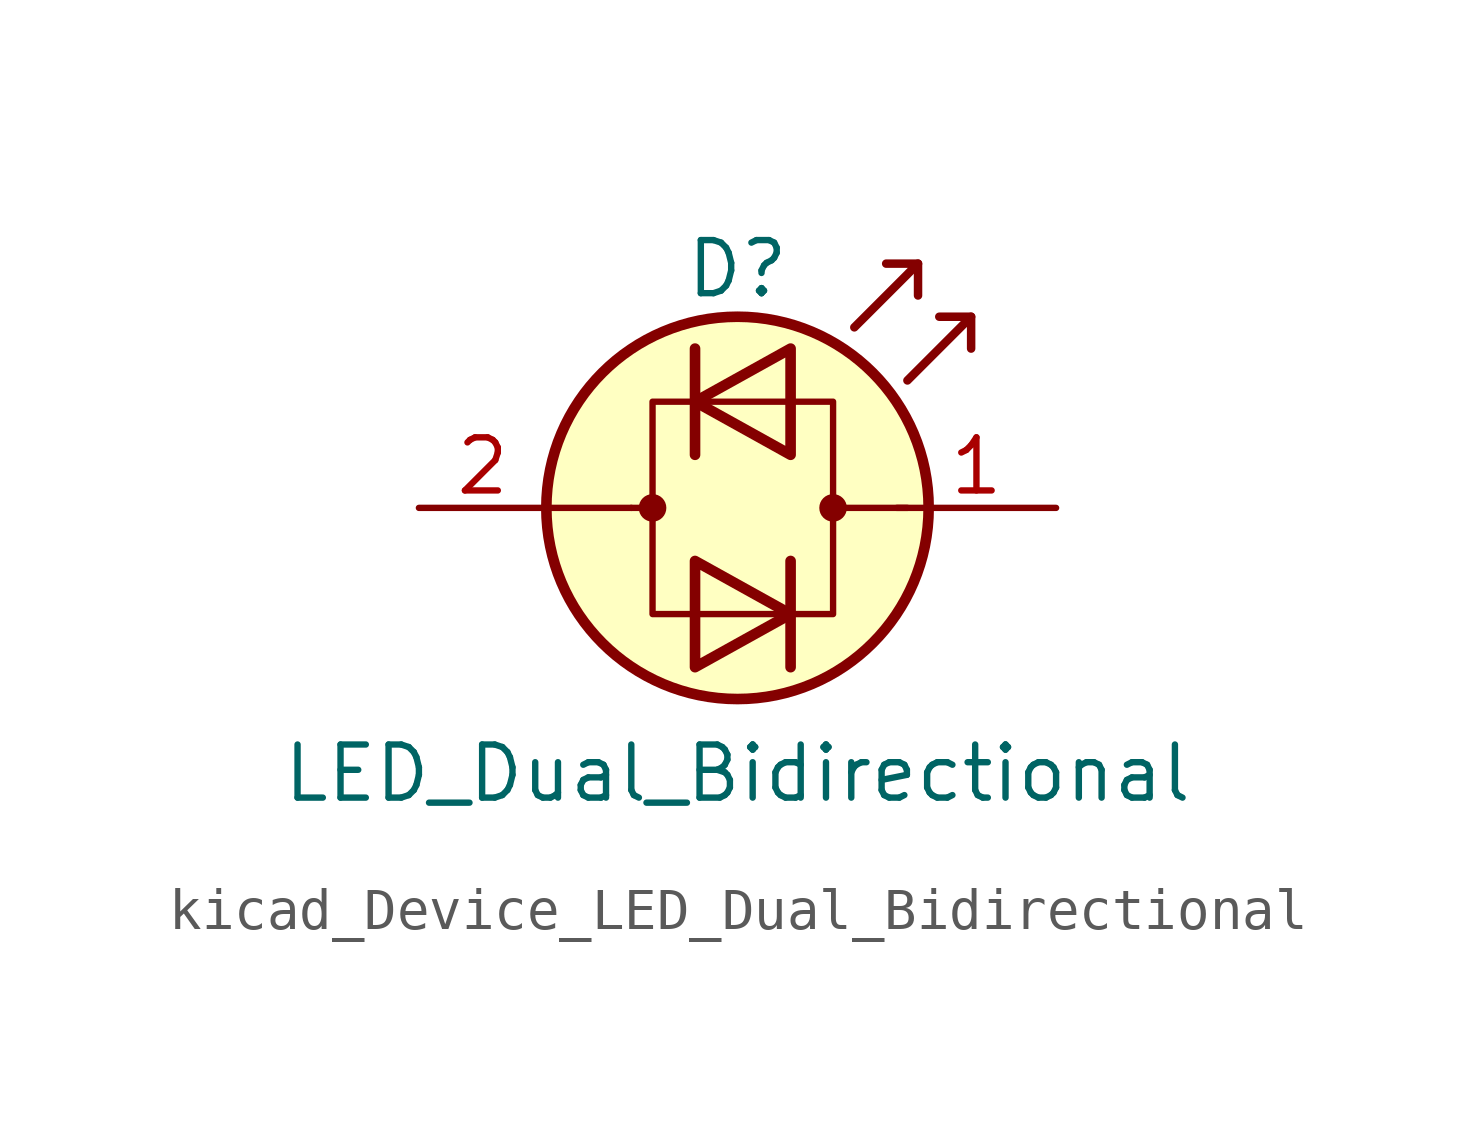
<source format=kicad_sym>
(kicad_symbol_lib
  (version 20220914)
  (generator kicad_symbol_editor)
  (symbol "kicad_Device_LED_Dual_Bidirectional"
    (pin_names
      (offset 0) hide)
    (property "Reference" "D"
      (at 0 5.715 0)
      (effects (font (size 1.27 1.27))))
    (property "Value" "LED_Dual_Bidirectional"
      (at 0 -6.35 0)
      (effects (font (size 1.27 1.27))))
    (symbol "kicad_Device_LED_Dual_Bidirectional_0_1"
      (circle (center -2.032 0) (radius 0.254) (stroke (width 0) (type default)) (fill (type outline)))
      (polyline (pts (xy -4.572 0) (xy -2.54 0)) (stroke (width 0) (type default)) (fill (type none)))
      (polyline (pts (xy -2.032 0) (xy -2.54 0)) (stroke (width 0) (type default)) (fill (type none)))
      (polyline (pts (xy -1.016 3.81) (xy -1.016 1.27)) (stroke (width 0.254) (type default)) (fill (type none)))
      (polyline (pts (xy 1.27 -1.27) (xy 1.27 -3.81)) (stroke (width 0.254) (type default)) (fill (type none)))
      (polyline (pts (xy 4.064 0) (xy 2.286 0)) (stroke (width 0) (type default)) (fill (type outline)))
      (polyline (pts (xy 4.318 5.842) (xy 4.318 5.08)) (stroke (width 0.203) (type default)) (fill (type none)))
      (polyline (pts (xy 5.588 4.572) (xy 5.588 3.81)) (stroke (width 0.203) (type default)) (fill (type none)))
      (polyline (pts (xy 2.794 4.318) (xy 4.318 5.842) (xy 3.556 5.842)) (stroke (width 0.203) (type default)) (fill (type none)))
      (polyline (pts (xy 4.064 3.048) (xy 5.588 4.572) (xy 4.826 4.572)) (stroke (width 0.203) (type default)) (fill (type none)))
      (polyline (pts (xy -1.016 -1.27) (xy -1.016 -3.81) (xy 1.27 -2.54) (xy -1.016 -1.27)) (stroke (width 0.254) (type default)) (fill (type none)))
      (polyline (pts (xy 1.27 3.81) (xy 1.27 1.27) (xy -1.016 2.54) (xy 1.27 3.81)) (stroke (width 0.254) (type default)) (fill (type none)))
      (polyline (pts (xy 2.286 2.54) (xy -2.032 2.54) (xy -2.032 -2.54) (xy 2.286 -2.54) (xy 2.286 2.54)) (stroke (width 0) (type default)) (fill (type none)))
      (circle (center 0 0) (radius 4.572) (stroke (width 0.254) (type default)) (fill (type background)))
      (circle (center 2.286 0) (radius 0.254) (stroke (width 0) (type default)) (fill (type outline))))
    (symbol "kicad_Device_LED_Dual_Bidirectional_1_1"
      (pin input line (at 7.62 0 180) (length 3.81) (name "KA" (effects (font (size 1.27 1.27)))) (number "1" (effects (font (size 1.27 1.27)))))
      (pin input line (at -7.62 0 0) (length 3.048) (name "AK" (effects (font (size 1.27 1.27)))) (number "2" (effects (font (size 1.27 1.27))))))))
</source>
